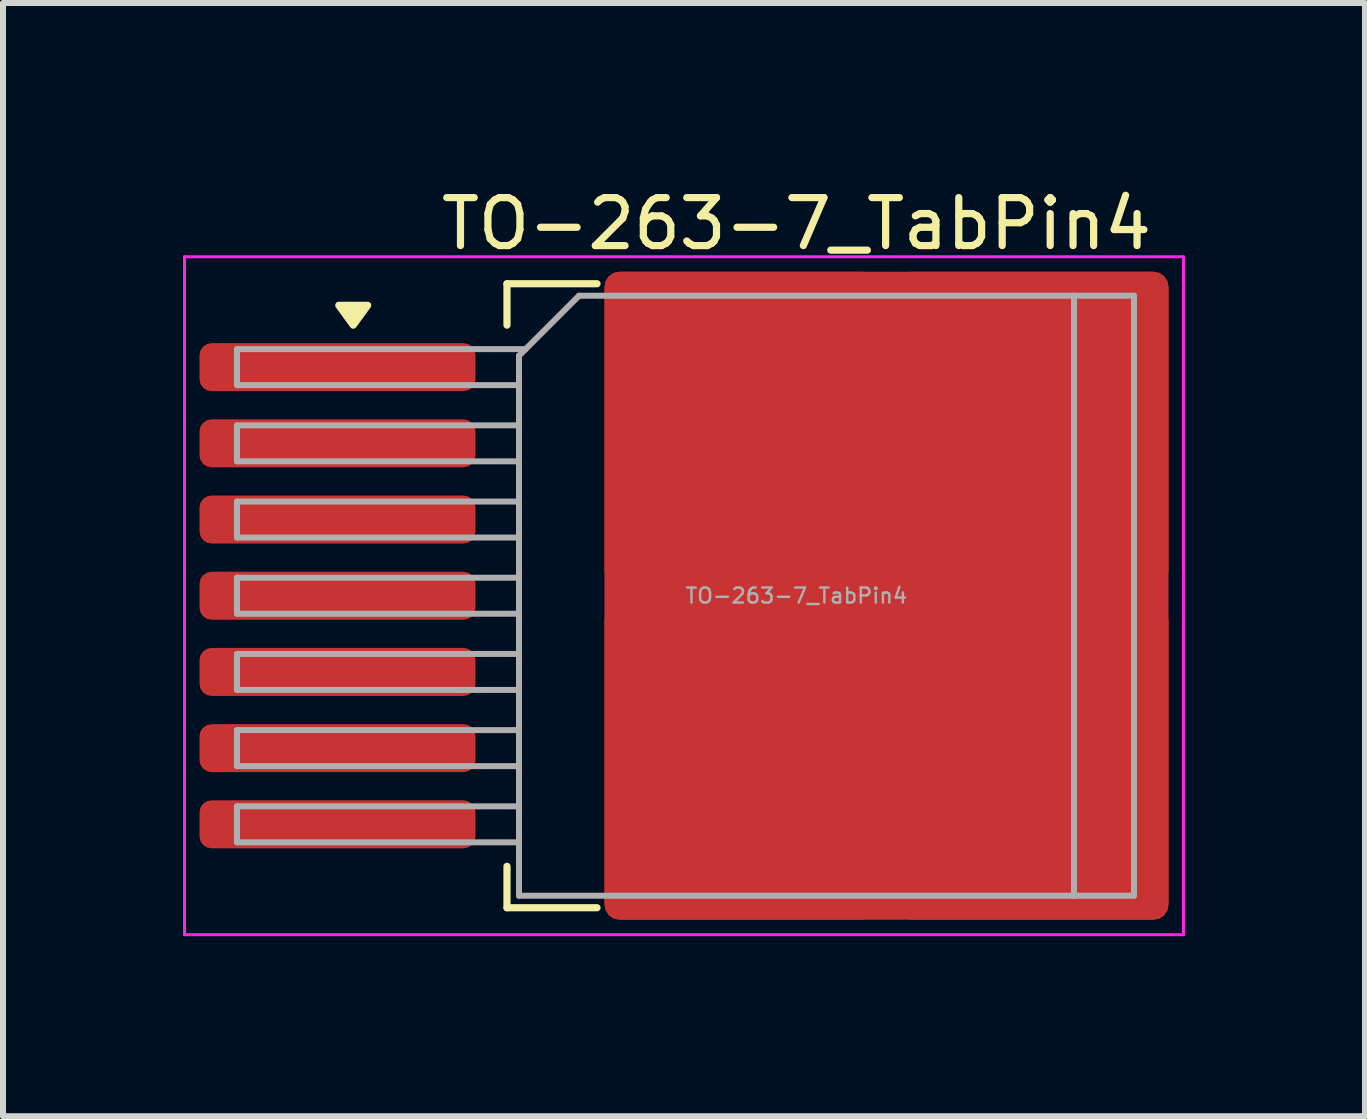
<source format=kicad_pcb>
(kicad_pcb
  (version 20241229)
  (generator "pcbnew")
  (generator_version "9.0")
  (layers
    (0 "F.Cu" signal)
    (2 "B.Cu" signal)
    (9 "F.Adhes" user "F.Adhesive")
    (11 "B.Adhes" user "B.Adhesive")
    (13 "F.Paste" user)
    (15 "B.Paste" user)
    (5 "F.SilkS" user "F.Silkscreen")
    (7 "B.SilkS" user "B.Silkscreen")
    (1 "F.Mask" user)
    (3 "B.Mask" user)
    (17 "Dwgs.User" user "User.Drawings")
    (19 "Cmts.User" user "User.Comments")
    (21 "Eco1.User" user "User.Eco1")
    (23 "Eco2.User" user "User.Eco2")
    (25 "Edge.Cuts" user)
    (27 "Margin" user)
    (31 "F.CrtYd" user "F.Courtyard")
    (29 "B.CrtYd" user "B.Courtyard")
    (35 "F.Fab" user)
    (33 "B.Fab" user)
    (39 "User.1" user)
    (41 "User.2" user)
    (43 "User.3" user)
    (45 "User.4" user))
  (footprint "TO-263-7_TabPin4"
    (layer "F.Cu")
    (at 10.225 6.879)
    (property "Reference" "TO-263-7_TabPin4" (at 0 -6.2 0) (layer "F.SilkS") (effects (font (size 0.8 0.8) (thickness 0.12))))
    (attr smd)
    (fp_line (start -4.825 -5.2) (end -4.825 -4.51) (stroke (width 0.12) (type solid)) (layer "F.SilkS"))
    (fp_line (start -4.825 5.2) (end -4.825 4.51) (stroke (width 0.12) (type solid)) (layer "F.SilkS"))
    (fp_line (start -3.325 -5.2) (end -4.825 -5.2) (stroke (width 0.12) (type solid)) (layer "F.SilkS"))
    (fp_line (start -3.325 5.2) (end -4.825 5.2) (stroke (width 0.12) (type solid)) (layer "F.SilkS"))
    (fp_poly (pts (xy -7.388 -4.51) (xy -7.628 -4.84) (xy -7.147 -4.84) (xy -7.388 -4.51)) (stroke (width 0.12) (type solid)) (fill yes) (layer "F.SilkS"))
    (fp_line (start -10.2 -5.65) (end -10.2 5.65) (stroke (width 0.05) (type solid)) (layer "F.CrtYd"))
    (fp_line (start -10.2 5.65) (end 6.45 5.65) (stroke (width 0.05) (type solid)) (layer "F.CrtYd"))
    (fp_line (start 6.45 -5.65) (end -10.2 -5.65) (stroke (width 0.05) (type solid)) (layer "F.CrtYd"))
    (fp_line (start 6.45 5.65) (end 6.45 -5.65) (stroke (width 0.05) (type solid)) (layer "F.CrtYd"))
    (fp_line (start -9.325 -4.11) (end -9.325 -3.51) (stroke (width 0.1) (type solid)) (layer "F.Fab"))
    (fp_line (start -9.325 -3.51) (end -4.625 -3.51) (stroke (width 0.1) (type solid)) (layer "F.Fab"))
    (fp_line (start -9.325 -2.84) (end -9.325 -2.24) (stroke (width 0.1) (type solid)) (layer "F.Fab"))
    (fp_line (start -9.325 -2.24) (end -4.625 -2.24) (stroke (width 0.1) (type solid)) (layer "F.Fab"))
    (fp_line (start -9.325 -1.57) (end -9.325 -0.97) (stroke (width 0.1) (type solid)) (layer "F.Fab"))
    (fp_line (start -9.325 -0.97) (end -4.625 -0.97) (stroke (width 0.1) (type solid)) (layer "F.Fab"))
    (fp_line (start -9.325 -0.3) (end -9.325 0.3) (stroke (width 0.1) (type solid)) (layer "F.Fab"))
    (fp_line (start -9.325 0.3) (end -4.625 0.3) (stroke (width 0.1) (type solid)) (layer "F.Fab"))
    (fp_line (start -9.325 0.97) (end -9.325 1.57) (stroke (width 0.1) (type solid)) (layer "F.Fab"))
    (fp_line (start -9.325 1.57) (end -4.625 1.57) (stroke (width 0.1) (type solid)) (layer "F.Fab"))
    (fp_line (start -9.325 2.24) (end -9.325 2.84) (stroke (width 0.1) (type solid)) (layer "F.Fab"))
    (fp_line (start -9.325 2.84) (end -4.625 2.84) (stroke (width 0.1) (type solid)) (layer "F.Fab"))
    (fp_line (start -9.325 3.51) (end -9.325 4.11) (stroke (width 0.1) (type solid)) (layer "F.Fab"))
    (fp_line (start -9.325 4.11) (end -4.625 4.11) (stroke (width 0.1) (type solid)) (layer "F.Fab"))
    (fp_line (start -4.625 -4) (end -3.625 -5) (stroke (width 0.1) (type solid)) (layer "F.Fab"))
    (fp_line (start -4.625 -2.84) (end -9.325 -2.84) (stroke (width 0.1) (type solid)) (layer "F.Fab"))
    (fp_line (start -4.625 -1.57) (end -9.325 -1.57) (stroke (width 0.1) (type solid)) (layer "F.Fab"))
    (fp_line (start -4.625 -0.3) (end -9.325 -0.3) (stroke (width 0.1) (type solid)) (layer "F.Fab"))
    (fp_line (start -4.625 0.97) (end -9.325 0.97) (stroke (width 0.1) (type solid)) (layer "F.Fab"))
    (fp_line (start -4.625 2.24) (end -9.325 2.24) (stroke (width 0.1) (type solid)) (layer "F.Fab"))
    (fp_line (start -4.625 3.51) (end -9.325 3.51) (stroke (width 0.1) (type solid)) (layer "F.Fab"))
    (fp_line (start -4.625 5) (end -4.625 -4) (stroke (width 0.1) (type solid)) (layer "F.Fab"))
    (fp_line (start -4.515 -4.11) (end -9.325 -4.11) (stroke (width 0.1) (type solid)) (layer "F.Fab"))
    (fp_line (start -3.625 -5) (end 4.625 -5) (stroke (width 0.1) (type solid)) (layer "F.Fab"))
    (fp_line (start 4.625 -5) (end 4.625 5) (stroke (width 0.1) (type solid)) (layer "F.Fab"))
    (fp_line (start 4.625 -5) (end 5.625 -5) (stroke (width 0.1) (type solid)) (layer "F.Fab"))
    (fp_line (start 4.625 5) (end -4.625 5) (stroke (width 0.1) (type solid)) (layer "F.Fab"))
    (fp_line (start 5.625 -5) (end 5.625 5) (stroke (width 0.1) (type solid)) (layer "F.Fab"))
    (fp_line (start 5.625 5) (end 4.625 5) (stroke (width 0.1) (type solid)) (layer "F.Fab"))
    (fp_text user "${REFERENCE}" (at 0 0 0) (layer "F.Fab") (effects (font (size 0.25 0.25) (thickness 0.04))))
    (pad "1" smd roundrect (at -7.65 -3.81) (size 4.6 0.8) (layers "F.Cu" "F.Mask" "F.Paste") (roundrect_rratio 0.25))
    (pad "2" smd roundrect (at -7.65 -2.54) (size 4.6 0.8) (layers "F.Cu" "F.Mask" "F.Paste") (roundrect_rratio 0.25))
    (pad "3" smd roundrect (at -7.65 -1.27) (size 4.6 0.8) (layers "F.Cu" "F.Mask" "F.Paste") (roundrect_rratio 0.25))
    (pad "4" smd roundrect (at -7.65 0) (size 4.6 0.8) (layers "F.Cu" "F.Mask" "F.Paste") (roundrect_rratio 0.25))
    (pad "4" smd roundrect (at -0.925 -2.775) (size 4.55 5.25) (layers "F.Cu" "F.Paste") (roundrect_rratio 0.055))
    (pad "4" smd roundrect (at -0.925 2.775) (size 4.55 5.25) (layers "F.Cu" "F.Paste") (roundrect_rratio 0.055))
    (pad "4" smd roundrect (at 1.5 0) (size 9.4 10.8) (layers "F.Cu" "F.Mask") (roundrect_rratio 0.027))
    (pad "4" smd roundrect (at 3.925 -2.775) (size 4.55 5.25) (layers "F.Cu" "F.Paste") (roundrect_rratio 0.055))
    (pad "4" smd roundrect (at 3.925 2.775) (size 4.55 5.25) (layers "F.Cu" "F.Paste") (roundrect_rratio 0.055))
    (pad "5" smd roundrect (at -7.65 1.27) (size 4.6 0.8) (layers "F.Cu" "F.Mask" "F.Paste") (roundrect_rratio 0.25))
    (pad "6" smd roundrect (at -7.65 2.54) (size 4.6 0.8) (layers "F.Cu" "F.Mask" "F.Paste") (roundrect_rratio 0.25))
    (pad "7" smd roundrect (at -7.65 3.81) (size 4.6 0.8) (layers "F.Cu" "F.Mask" "F.Paste") (roundrect_rratio 0.25)))
  (gr_rect
    (start -3 -3)
    (end 19.7 15.554)
    (stroke (width 0.1) (type default))
    (fill no)
    (layer "Edge.Cuts")))
</source>
